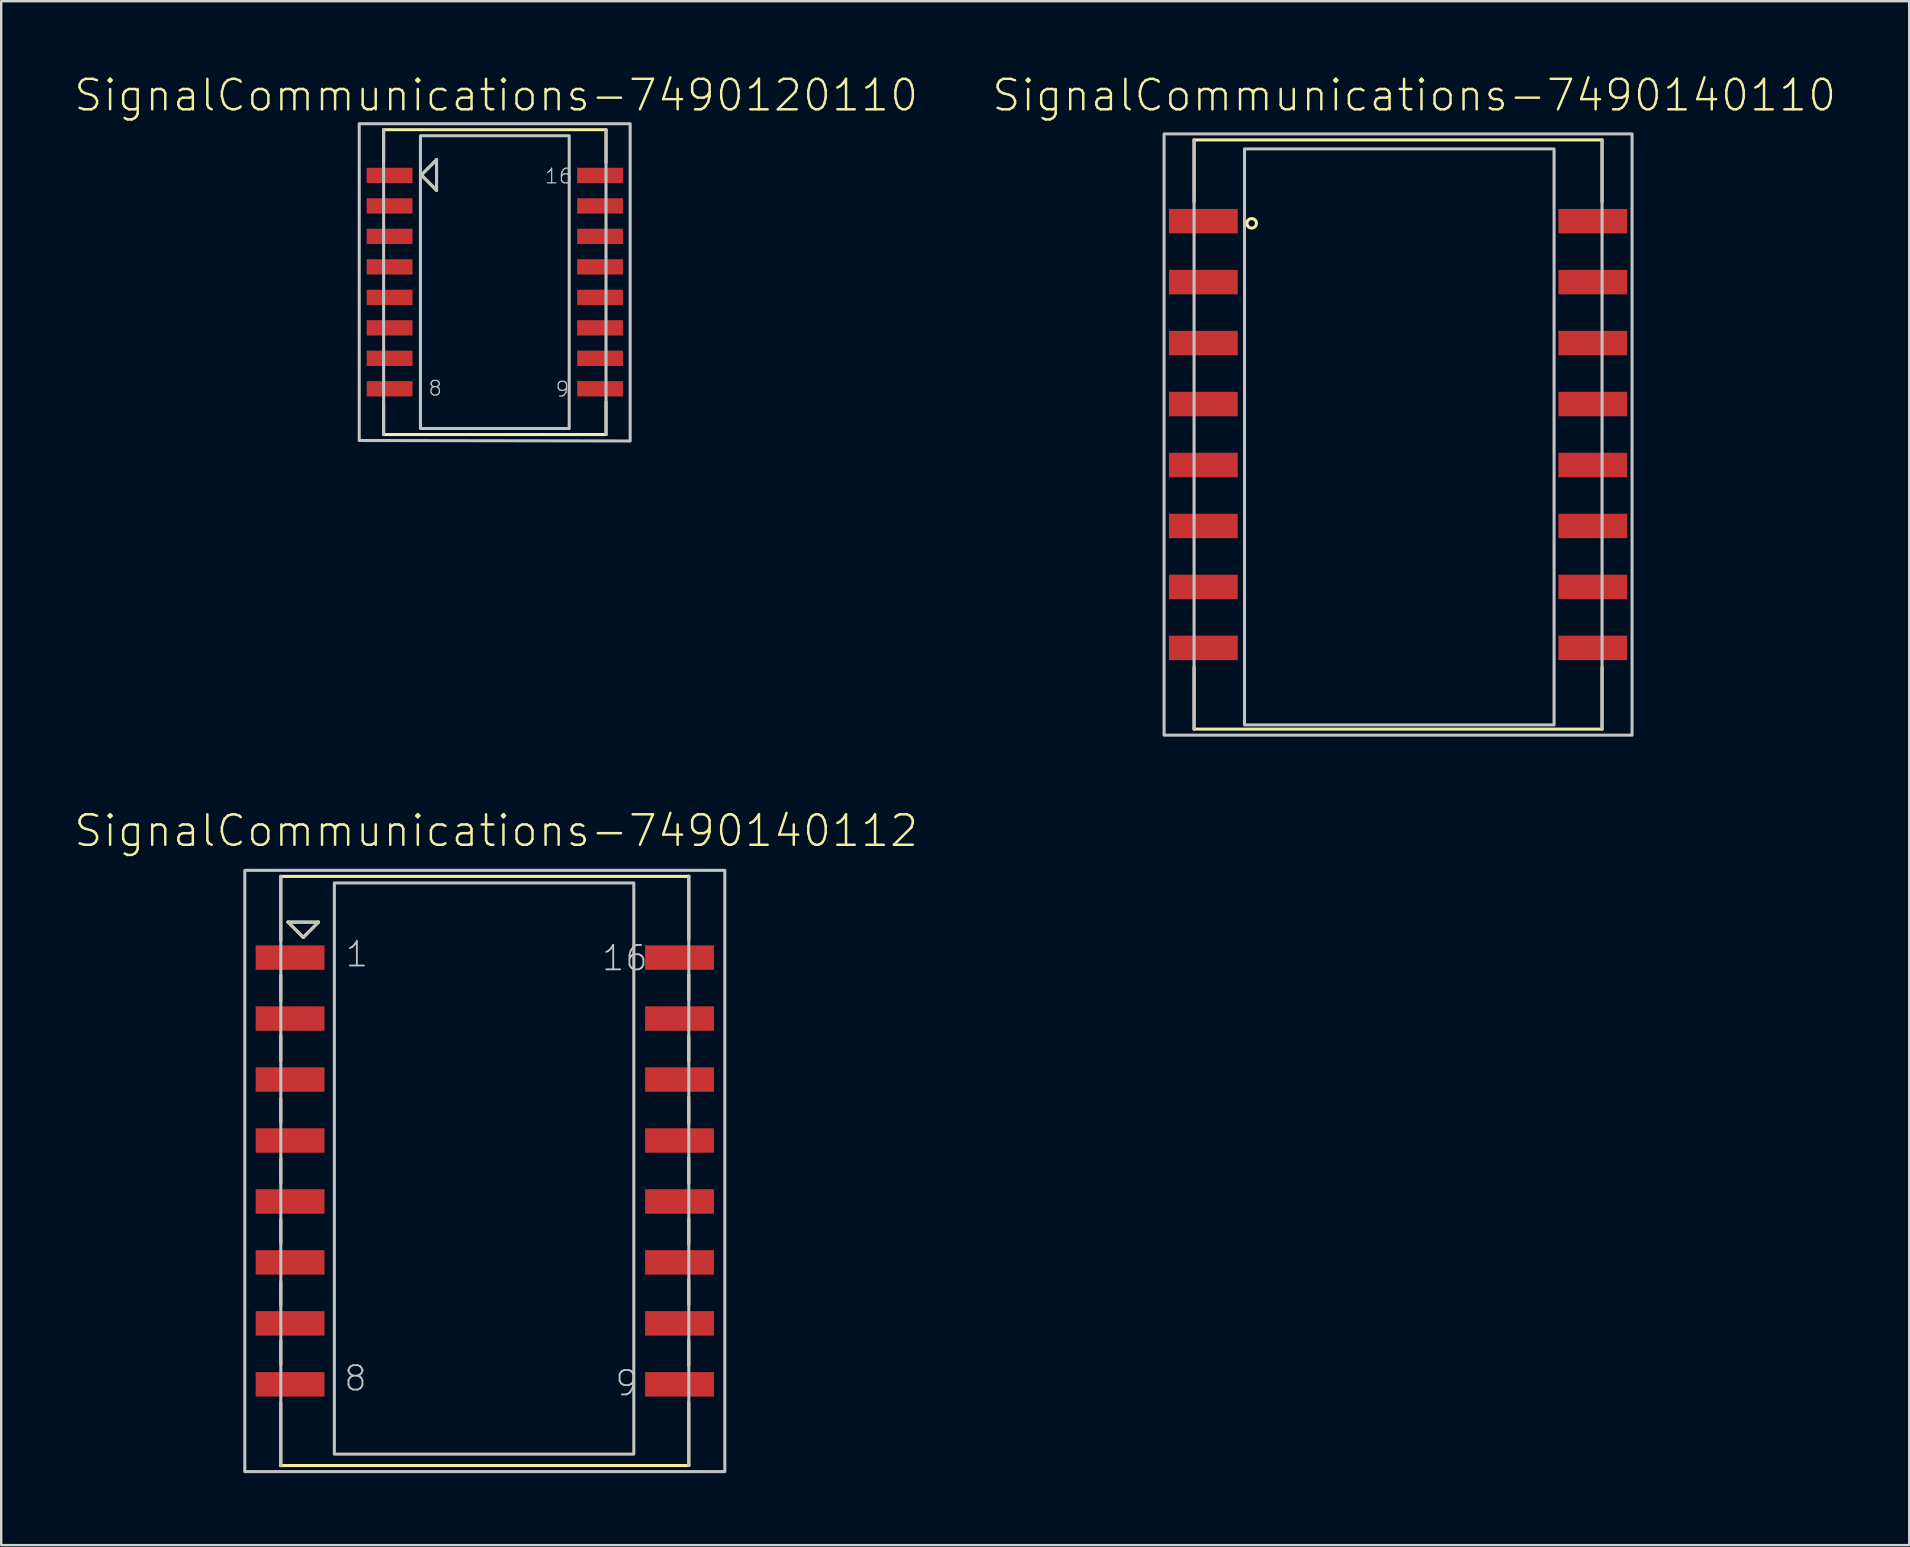
<source format=kicad_pcb>
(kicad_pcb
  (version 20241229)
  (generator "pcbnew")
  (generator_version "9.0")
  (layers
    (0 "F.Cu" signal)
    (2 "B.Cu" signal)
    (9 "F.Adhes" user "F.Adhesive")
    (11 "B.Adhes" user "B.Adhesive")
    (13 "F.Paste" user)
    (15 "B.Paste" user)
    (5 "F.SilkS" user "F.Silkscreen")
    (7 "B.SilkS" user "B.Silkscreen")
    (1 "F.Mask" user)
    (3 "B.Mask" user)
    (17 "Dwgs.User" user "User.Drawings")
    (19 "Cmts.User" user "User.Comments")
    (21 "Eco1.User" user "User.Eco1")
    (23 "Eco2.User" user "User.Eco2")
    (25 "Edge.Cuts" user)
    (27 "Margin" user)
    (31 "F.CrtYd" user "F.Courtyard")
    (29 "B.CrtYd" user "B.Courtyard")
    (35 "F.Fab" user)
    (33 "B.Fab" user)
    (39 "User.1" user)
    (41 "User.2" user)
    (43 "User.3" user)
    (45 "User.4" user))
  (footprint "SignalCommunications-7490120110"
    (layer "F.Cu")
    (at 17.566 8.704)
    (property "Reference" "SignalCommunications-7490120110" (at 0.058 -7.783 0) (layer "F.SilkS") (effects (font (size 1.27 1.27) (thickness 0.102))))
    (attr smd)
    (fp_line (start -4.633 -6.35) (end 4.633 -6.35) (stroke (width 0.127) (type solid)) (layer "F.SilkS"))
    (fp_line (start -4.633 -4.989) (end -4.633 -6.35) (stroke (width 0.127) (type solid)) (layer "F.SilkS"))
    (fp_line (start -4.633 6.35) (end -4.633 4.989) (stroke (width 0.127) (type solid)) (layer "F.SilkS"))
    (fp_line (start -3.063 -4.463) (end -2.428 -3.828) (stroke (width 0.127) (type solid)) (layer "F.SilkS"))
    (fp_line (start -2.428 -5.098) (end -3.063 -4.463) (stroke (width 0.127) (type solid)) (layer "F.SilkS"))
    (fp_line (start -2.428 -3.828) (end -2.428 -5.098) (stroke (width 0.127) (type solid)) (layer "F.SilkS"))
    (fp_line (start 4.633 -4.989) (end 4.633 -6.35) (stroke (width 0.127) (type solid)) (layer "F.SilkS"))
    (fp_line (start 4.633 6.35) (end -4.633 6.35) (stroke (width 0.127) (type solid)) (layer "F.SilkS"))
    (fp_line (start 4.633 6.35) (end 4.633 4.989) (stroke (width 0.127) (type solid)) (layer "F.SilkS"))
    (fp_line (start -4.633 6.35) (end -4.633 -6.35) (stroke (width 0.127) (type solid)) (layer "Dwgs.User"))
    (fp_line (start -3.063 -4.463) (end -2.428 -3.828) (stroke (width 0.127) (type solid)) (layer "Dwgs.User"))
    (fp_line (start -2.428 -5.098) (end -3.063 -4.463) (stroke (width 0.127) (type solid)) (layer "Dwgs.User"))
    (fp_line (start -2.428 -3.828) (end -2.428 -5.098) (stroke (width 0.127) (type solid)) (layer "Dwgs.User"))
    (fp_line (start 4.633 -6.35) (end 4.633 6.35) (stroke (width 0.127) (type solid)) (layer "Dwgs.User"))
    (fp_poly (pts (xy 3.099 -6.099) (xy 3.099 6.099) (xy -3.099 6.099) (xy -3.099 -6.099) (xy 3.099 -6.099)) (stroke (width 0.127) (type solid)) (fill no) (layer "Dwgs.User"))
    (fp_poly (pts (xy 5.639 -6.599) (xy 5.639 6.619) (xy -5.649 6.599) (xy -5.649 -6.599) (xy 5.639 -6.599)) (stroke (width 0.127) (type solid)) (fill no) (layer "Dwgs.User"))
    (fp_text user "16" (at 2.659 -4.415 0) (layer "Dwgs.User") (effects (font (size 0.61 0.61) (thickness 0.051))))
    (fp_text user "8" (at -2.484 4.425 0) (layer "Dwgs.User") (effects (font (size 0.61 0.61) (thickness 0.051))))
    (fp_text user "9" (at 2.814 4.463 0) (layer "Dwgs.User") (effects (font (size 0.61 0.61) (thickness 0.051))))
    (pad "1" smd rect (at -4.384 -4.445) (size 1.908 0.638) (layers "F.Cu" "F.Mask" "F.Paste"))
    (pad "2" smd rect (at -4.384 -3.175) (size 1.908 0.638) (layers "F.Cu" "F.Mask" "F.Paste"))
    (pad "3" smd rect (at -4.384 -1.905) (size 1.908 0.638) (layers "F.Cu" "F.Mask" "F.Paste"))
    (pad "4" smd rect (at -4.384 -0.635) (size 1.908 0.638) (layers "F.Cu" "F.Mask" "F.Paste"))
    (pad "5" smd rect (at -4.384 0.635) (size 1.908 0.638) (layers "F.Cu" "F.Mask" "F.Paste"))
    (pad "6" smd rect (at -4.384 1.905) (size 1.908 0.638) (layers "F.Cu" "F.Mask" "F.Paste"))
    (pad "7" smd rect (at -4.384 3.175) (size 1.908 0.638) (layers "F.Cu" "F.Mask" "F.Paste"))
    (pad "8" smd rect (at -4.384 4.445) (size 1.908 0.638) (layers "F.Cu" "F.Mask" "F.Paste"))
    (pad "9" smd rect (at 4.384 4.445) (size 1.908 0.638) (layers "F.Cu" "F.Mask" "F.Paste"))
    (pad "10" smd rect (at 4.384 3.175) (size 1.908 0.638) (layers "F.Cu" "F.Mask" "F.Paste"))
    (pad "11" smd rect (at 4.384 1.905) (size 1.908 0.638) (layers "F.Cu" "F.Mask" "F.Paste"))
    (pad "12" smd rect (at 4.384 0.635) (size 1.908 0.638) (layers "F.Cu" "F.Mask" "F.Paste"))
    (pad "13" smd rect (at 4.384 -0.635) (size 1.908 0.638) (layers "F.Cu" "F.Mask" "F.Paste"))
    (pad "14" smd rect (at 4.384 -1.905) (size 1.908 0.638) (layers "F.Cu" "F.Mask" "F.Paste"))
    (pad "15" smd rect (at 4.384 -3.175) (size 1.908 0.638) (layers "F.Cu" "F.Mask" "F.Paste"))
    (pad "16" smd rect (at 4.384 -4.445) (size 1.908 0.638) (layers "F.Cu" "F.Mask" "F.Paste")))
  (footprint "SignalCommunications-7490140112"
    (layer "F.Cu")
    (at 17.149 45.737)
    (property "Reference" "SignalCommunications-7490140112" (at 0.475 -14.173 0) (layer "F.SilkS") (effects (font (size 1.27 1.27) (thickness 0.102))))
    (attr smd)
    (fp_line (start -8.499 -12.273) (end 8.499 -12.273) (stroke (width 0.127) (type solid)) (layer "F.SilkS"))
    (fp_line (start -8.499 -9.599) (end -8.499 -12.278) (stroke (width 0.127) (type solid)) (layer "F.SilkS"))
    (fp_line (start -8.499 -8.148) (end -8.499 -7.089) (stroke (width 0.127) (type solid)) (layer "F.SilkS"))
    (fp_line (start -8.499 -5.639) (end -8.499 -4.58) (stroke (width 0.127) (type solid)) (layer "F.SilkS"))
    (fp_line (start -8.499 -3.018) (end -8.499 -2.019) (stroke (width 0.127) (type solid)) (layer "F.SilkS"))
    (fp_line (start -8.499 -0.498) (end -8.499 0.498) (stroke (width 0.127) (type solid)) (layer "F.SilkS"))
    (fp_line (start -8.499 2.029) (end -8.499 3.028) (stroke (width 0.127) (type solid)) (layer "F.SilkS"))
    (fp_line (start -8.499 4.608) (end -8.499 5.608) (stroke (width 0.127) (type solid)) (layer "F.SilkS"))
    (fp_line (start -8.499 7.069) (end -8.499 8.07) (stroke (width 0.127) (type solid)) (layer "F.SilkS"))
    (fp_line (start -8.499 9.639) (end -8.499 12.278) (stroke (width 0.127) (type solid)) (layer "F.SilkS"))
    (fp_line (start -8.499 12.278) (end -8.468 12.278) (stroke (width 0.127) (type solid)) (layer "F.SilkS"))
    (fp_line (start -8.199 -10.368) (end -7.564 -9.733) (stroke (width 0.127) (type solid)) (layer "F.SilkS"))
    (fp_line (start -7.564 -9.733) (end -6.929 -10.368) (stroke (width 0.127) (type solid)) (layer "F.SilkS"))
    (fp_line (start -6.929 -10.368) (end -8.199 -10.368) (stroke (width 0.127) (type solid)) (layer "F.SilkS"))
    (fp_line (start 8.499 -12.278) (end 8.468 -12.278) (stroke (width 0.127) (type solid)) (layer "F.SilkS"))
    (fp_line (start 8.499 -9.629) (end 8.499 -12.278) (stroke (width 0.127) (type solid)) (layer "F.SilkS"))
    (fp_line (start 8.499 -8.189) (end 8.499 -7.13) (stroke (width 0.127) (type solid)) (layer "F.SilkS"))
    (fp_line (start 8.499 -5.629) (end 8.499 -4.569) (stroke (width 0.127) (type solid)) (layer "F.SilkS"))
    (fp_line (start 8.499 -3.068) (end 8.499 -2.009) (stroke (width 0.127) (type solid)) (layer "F.SilkS"))
    (fp_line (start 8.499 -0.538) (end 8.499 0.518) (stroke (width 0.127) (type solid)) (layer "F.SilkS"))
    (fp_line (start 8.499 1.989) (end 8.499 3.048) (stroke (width 0.127) (type solid)) (layer "F.SilkS"))
    (fp_line (start 8.499 4.519) (end 8.499 5.578) (stroke (width 0.127) (type solid)) (layer "F.SilkS"))
    (fp_line (start 8.499 7.048) (end 8.499 8.108) (stroke (width 0.127) (type solid)) (layer "F.SilkS"))
    (fp_line (start 8.499 9.629) (end 8.499 12.258) (stroke (width 0.127) (type solid)) (layer "F.SilkS"))
    (fp_line (start 8.499 12.258) (end 8.489 12.258) (stroke (width 0.127) (type solid)) (layer "F.SilkS"))
    (fp_line (start 8.499 12.273) (end -8.499 12.273) (stroke (width 0.127) (type solid)) (layer "F.SilkS"))
    (fp_line (start -8.499 12.273) (end -8.499 -12.273) (stroke (width 0.127) (type solid)) (layer "Dwgs.User"))
    (fp_line (start -8.199 -10.368) (end -7.564 -9.733) (stroke (width 0.127) (type solid)) (layer "Dwgs.User"))
    (fp_line (start -7.564 -9.733) (end -6.929 -10.368) (stroke (width 0.127) (type solid)) (layer "Dwgs.User"))
    (fp_line (start -6.929 -10.368) (end -8.199 -10.368) (stroke (width 0.127) (type solid)) (layer "Dwgs.User"))
    (fp_line (start 8.499 -12.273) (end 8.499 12.273) (stroke (width 0.127) (type solid)) (layer "Dwgs.User"))
    (fp_poly (pts (xy 6.208 -11.999) (xy 6.208 11.798) (xy -6.269 11.798) (xy -6.269 -11.999) (xy 6.208 -11.999)) (stroke (width 0.127) (type solid)) (fill no) (layer "Dwgs.User"))
    (fp_poly (pts (xy 10 -12.525) (xy 10 12.525) (xy -10 12.525) (xy -10 -12.525) (xy 10 -12.525)) (stroke (width 0.127) (type solid)) (fill no) (layer "Dwgs.User"))
    (fp_text user "9" (at 5.905 8.842 0) (layer "Dwgs.User") (effects (font (size 1.016 1.016) (thickness 0.076))))
    (fp_text user "1" (at -5.331 -9.027 0) (layer "Dwgs.User") (effects (font (size 1.016 1.016) (thickness 0.076))))
    (fp_text user "16" (at 5.834 -8.867 0) (layer "Dwgs.User") (effects (font (size 1.016 1.016) (thickness 0.076))))
    (fp_text user "8" (at -5.39 8.641 0) (layer "Dwgs.User") (effects (font (size 1.016 1.016) (thickness 0.076))))
    (pad "1" smd rect (at -8.113 -8.89) (size 2.868 1.019) (layers "F.Cu" "F.Mask" "F.Paste"))
    (pad "2" smd rect (at -8.113 -6.35) (size 2.868 1.019) (layers "F.Cu" "F.Mask" "F.Paste"))
    (pad "3" smd rect (at -8.113 -3.81) (size 2.868 1.019) (layers "F.Cu" "F.Mask" "F.Paste"))
    (pad "4" smd rect (at -8.113 -1.27) (size 2.868 1.019) (layers "F.Cu" "F.Mask" "F.Paste"))
    (pad "5" smd rect (at -8.113 1.27) (size 2.868 1.019) (layers "F.Cu" "F.Mask" "F.Paste"))
    (pad "6" smd rect (at -8.113 3.81) (size 2.868 1.019) (layers "F.Cu" "F.Mask" "F.Paste"))
    (pad "7" smd rect (at -8.113 6.35) (size 2.868 1.019) (layers "F.Cu" "F.Mask" "F.Paste"))
    (pad "8" smd rect (at -8.113 8.89) (size 2.868 1.019) (layers "F.Cu" "F.Mask" "F.Paste"))
    (pad "9" smd rect (at 8.113 8.89) (size 2.868 1.019) (layers "F.Cu" "F.Mask" "F.Paste"))
    (pad "10" smd rect (at 8.113 6.35) (size 2.868 1.019) (layers "F.Cu" "F.Mask" "F.Paste"))
    (pad "11" smd rect (at 8.113 3.81) (size 2.868 1.019) (layers "F.Cu" "F.Mask" "F.Paste"))
    (pad "12" smd rect (at 8.113 1.27) (size 2.868 1.019) (layers "F.Cu" "F.Mask" "F.Paste"))
    (pad "13" smd rect (at 8.113 -1.27) (size 2.868 1.019) (layers "F.Cu" "F.Mask" "F.Paste"))
    (pad "14" smd rect (at 8.113 -3.81) (size 2.868 1.019) (layers "F.Cu" "F.Mask" "F.Paste"))
    (pad "15" smd rect (at 8.113 -6.35) (size 2.868 1.019) (layers "F.Cu" "F.Mask" "F.Paste"))
    (pad "16" smd rect (at 8.113 -8.89) (size 2.868 1.019) (layers "F.Cu" "F.Mask" "F.Paste")))
  (footprint "SignalCommunications-7490140110"
    (layer "F.Cu")
    (at 55.199 15.054)
    (property "Reference" "SignalCommunications-7490140110" (at 0.673 -14.133 0) (layer "F.SilkS") (effects (font (size 1.27 1.27) (thickness 0.102))))
    (attr smd)
    (fp_line (start -8.499 -12.273) (end 8.499 -12.273) (stroke (width 0.127) (type solid)) (layer "F.SilkS"))
    (fp_line (start -8.499 -9.698) (end -8.499 -12.273) (stroke (width 0.127) (type solid)) (layer "F.SilkS"))
    (fp_line (start -8.499 9.698) (end -8.499 12.273) (stroke (width 0.127) (type solid)) (layer "F.SilkS"))
    (fp_line (start 8.499 -9.698) (end 8.499 -12.273) (stroke (width 0.127) (type solid)) (layer "F.SilkS"))
    (fp_line (start 8.499 9.698) (end 8.499 12.273) (stroke (width 0.127) (type solid)) (layer "F.SilkS"))
    (fp_line (start 8.499 12.273) (end -8.499 12.273) (stroke (width 0.127) (type solid)) (layer "F.SilkS"))
    (fp_circle (center -6.099 -8.799) (end -6.099 -8.997) (stroke (width 0.127) (type solid)) (fill no) (layer "F.SilkS"))
    (fp_line (start -8.499 12.273) (end -8.499 -12.273) (stroke (width 0.127) (type solid)) (layer "Dwgs.User"))
    (fp_line (start 8.499 -12.273) (end 8.499 12.273) (stroke (width 0.127) (type solid)) (layer "Dwgs.User"))
    (fp_poly (pts (xy -9.749 -12.525) (xy 9.749 -12.525) (xy 9.749 12.525) (xy -9.749 12.525) (xy -9.749 -12.525)) (stroke (width 0.127) (type solid)) (fill no) (layer "Dwgs.User"))
    (fp_poly (pts (xy -6.398 -11.9) (xy 6.5 -11.9) (xy 6.5 12.098) (xy -6.398 12.098) (xy -6.398 -11.9)) (stroke (width 0.127) (type solid)) (fill no) (layer "Dwgs.User"))
    (pad "1" smd rect (at -8.113 -8.89) (size 2.868 1.019) (layers "F.Cu" "F.Mask" "F.Paste"))
    (pad "2" smd rect (at -8.113 -6.35) (size 2.868 1.019) (layers "F.Cu" "F.Mask" "F.Paste"))
    (pad "3" smd rect (at -8.113 -3.81) (size 2.868 1.019) (layers "F.Cu" "F.Mask" "F.Paste"))
    (pad "4" smd rect (at -8.113 -1.27) (size 2.868 1.019) (layers "F.Cu" "F.Mask" "F.Paste"))
    (pad "5" smd rect (at -8.113 1.27) (size 2.868 1.019) (layers "F.Cu" "F.Mask" "F.Paste"))
    (pad "6" smd rect (at -8.113 3.81) (size 2.868 1.019) (layers "F.Cu" "F.Mask" "F.Paste"))
    (pad "7" smd rect (at -8.113 6.35) (size 2.868 1.019) (layers "F.Cu" "F.Mask" "F.Paste"))
    (pad "8" smd rect (at -8.113 8.89) (size 2.868 1.019) (layers "F.Cu" "F.Mask" "F.Paste"))
    (pad "9" smd rect (at 8.113 8.89) (size 2.868 1.019) (layers "F.Cu" "F.Mask" "F.Paste"))
    (pad "10" smd rect (at 8.113 6.35) (size 2.868 1.019) (layers "F.Cu" "F.Mask" "F.Paste"))
    (pad "11" smd rect (at 8.113 3.81) (size 2.868 1.019) (layers "F.Cu" "F.Mask" "F.Paste"))
    (pad "12" smd rect (at 8.113 1.27) (size 2.868 1.019) (layers "F.Cu" "F.Mask" "F.Paste"))
    (pad "13" smd rect (at 8.113 -1.27) (size 2.868 1.019) (layers "F.Cu" "F.Mask" "F.Paste"))
    (pad "14" smd rect (at 8.113 -3.81) (size 2.868 1.019) (layers "F.Cu" "F.Mask" "F.Paste"))
    (pad "15" smd rect (at 8.113 -6.35) (size 2.868 1.019) (layers "F.Cu" "F.Mask" "F.Paste"))
    (pad "16" smd rect (at 8.113 -8.89) (size 2.868 1.019) (layers "F.Cu" "F.Mask" "F.Paste")))
  (gr_rect
    (start -3 -3)
    (end 76.496 61.325)
    (stroke (width 0.1) (type default))
    (fill no)
    (layer "Edge.Cuts")))
</source>
